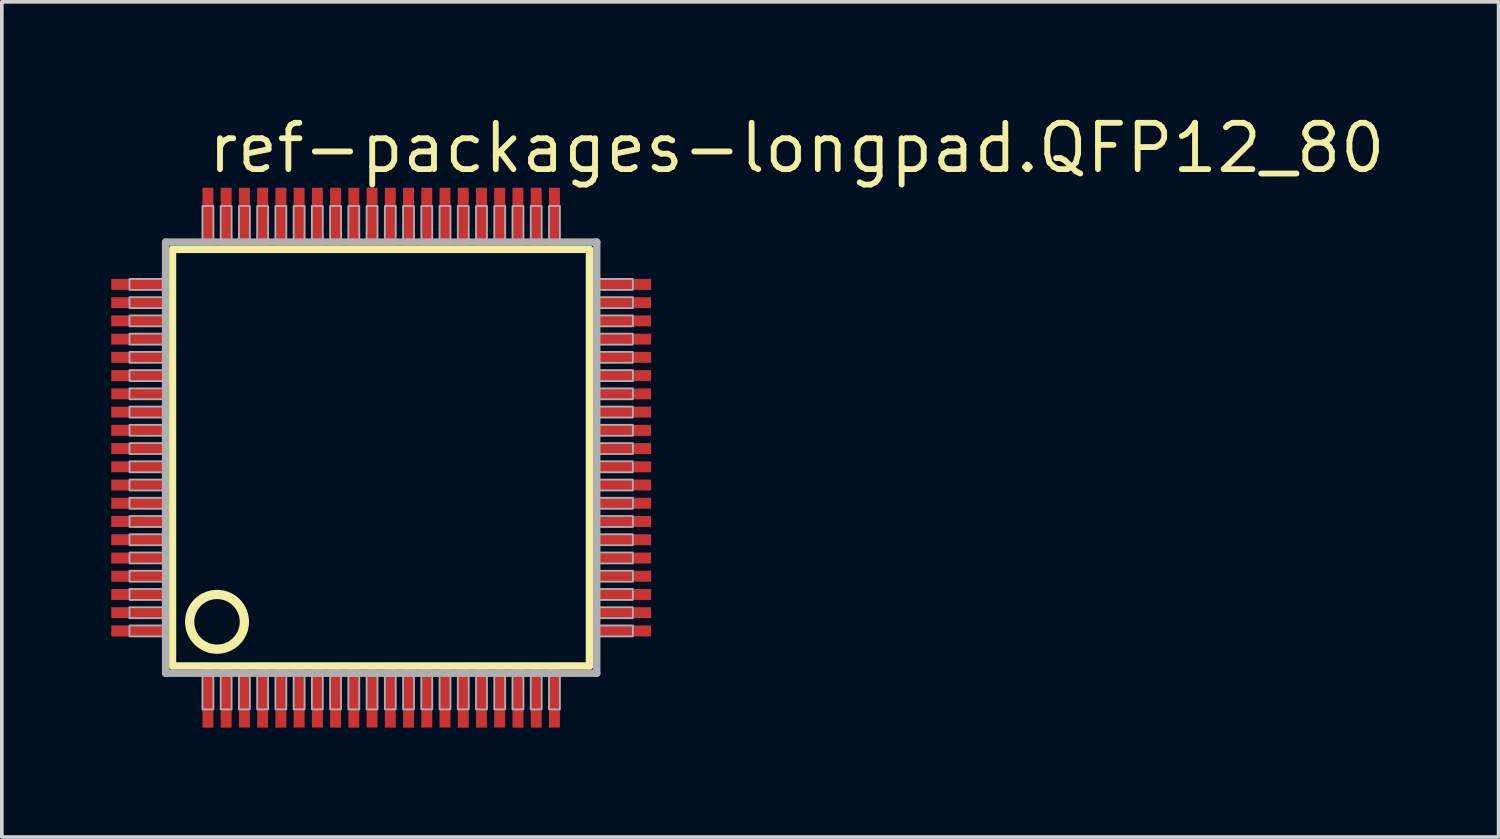
<source format=kicad_pcb>
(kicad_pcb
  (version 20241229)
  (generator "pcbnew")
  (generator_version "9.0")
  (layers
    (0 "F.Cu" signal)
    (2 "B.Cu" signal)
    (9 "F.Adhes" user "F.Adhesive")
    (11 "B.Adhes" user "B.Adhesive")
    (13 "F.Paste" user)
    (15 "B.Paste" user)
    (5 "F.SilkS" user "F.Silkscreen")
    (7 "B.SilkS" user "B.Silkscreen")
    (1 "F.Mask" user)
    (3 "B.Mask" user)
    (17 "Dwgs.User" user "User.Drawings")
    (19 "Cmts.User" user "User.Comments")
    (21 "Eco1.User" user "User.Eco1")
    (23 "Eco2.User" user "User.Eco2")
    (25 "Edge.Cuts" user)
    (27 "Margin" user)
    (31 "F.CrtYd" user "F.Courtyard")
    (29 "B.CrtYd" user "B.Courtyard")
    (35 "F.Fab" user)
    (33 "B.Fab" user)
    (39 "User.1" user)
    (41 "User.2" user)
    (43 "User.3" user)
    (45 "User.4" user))
  (footprint "ref-packages-longpad.QFP12_80"
    (layer "F.Cu")
    (at 7.4 9.497)
    (property "Reference" "ref-packages-longpad.QFP12_80" (at -4.826 -7.747 0) (layer "F.SilkS") (effects (font (size 1.27 1.27) (thickness 0.16)) (justify left bottom)))
    (attr smd)
    (fp_line (start -5.72 -5.71) (end 5.71 -5.71) (stroke (width 0.203) (type default)) (layer "F.SilkS"))
    (fp_line (start -5.72 5.71) (end -5.72 -5.71) (stroke (width 0.203) (type default)) (layer "F.SilkS"))
    (fp_line (start 5.71 5.71) (end -5.72 5.71) (stroke (width 0.203) (type default)) (layer "F.SilkS"))
    (fp_line (start 5.71 -5.71) (end 5.71 5.71) (stroke (width 0.203) (type default)) (layer "F.SilkS"))
    (fp_circle (center -4.5 4.5) (end -3.75 4.5) (stroke (width 0.254) (type default)) (fill no) (layer "F.SilkS"))
    (fp_line (start -5.91 -5.91) (end -5.91 5.91) (stroke (width 0.203) (type default)) (layer "F.Fab"))
    (fp_line (start -5.91 5.91) (end 5.91 5.91) (stroke (width 0.203) (type default)) (layer "F.Fab"))
    (fp_line (start 5.91 -5.91) (end -5.91 -5.91) (stroke (width 0.203) (type default)) (layer "F.Fab"))
    (fp_line (start 5.91 5.91) (end 5.91 -5.91) (stroke (width 0.203) (type default)) (layer "F.Fab"))
    (fp_rect (start -6.9 -4.6) (end -5.95 -4.9) (stroke (width 0.05) (type default)) (fill no) (layer "F.Fab"))
    (fp_rect (start -6.9 -4.1) (end -5.95 -4.4) (stroke (width 0.05) (type default)) (fill no) (layer "F.Fab"))
    (fp_rect (start -6.9 -3.6) (end -5.95 -3.9) (stroke (width 0.05) (type default)) (fill no) (layer "F.Fab"))
    (fp_rect (start -6.9 -3.1) (end -5.95 -3.4) (stroke (width 0.05) (type default)) (fill no) (layer "F.Fab"))
    (fp_rect (start -6.9 -2.6) (end -5.95 -2.9) (stroke (width 0.05) (type default)) (fill no) (layer "F.Fab"))
    (fp_rect (start -6.9 -2.1) (end -5.95 -2.4) (stroke (width 0.05) (type default)) (fill no) (layer "F.Fab"))
    (fp_rect (start -6.9 -1.6) (end -5.95 -1.9) (stroke (width 0.05) (type default)) (fill no) (layer "F.Fab"))
    (fp_rect (start -6.9 -1.1) (end -5.95 -1.4) (stroke (width 0.05) (type default)) (fill no) (layer "F.Fab"))
    (fp_rect (start -6.9 -0.6) (end -5.95 -0.9) (stroke (width 0.05) (type default)) (fill no) (layer "F.Fab"))
    (fp_rect (start -6.9 -0.1) (end -5.95 -0.4) (stroke (width 0.05) (type default)) (fill no) (layer "F.Fab"))
    (fp_rect (start -6.9 0.4) (end -5.95 0.1) (stroke (width 0.05) (type default)) (fill no) (layer "F.Fab"))
    (fp_rect (start -6.9 0.9) (end -5.95 0.6) (stroke (width 0.05) (type default)) (fill no) (layer "F.Fab"))
    (fp_rect (start -6.9 1.4) (end -5.95 1.1) (stroke (width 0.05) (type default)) (fill no) (layer "F.Fab"))
    (fp_rect (start -6.9 1.9) (end -5.95 1.6) (stroke (width 0.05) (type default)) (fill no) (layer "F.Fab"))
    (fp_rect (start -6.9 2.4) (end -5.95 2.1) (stroke (width 0.05) (type default)) (fill no) (layer "F.Fab"))
    (fp_rect (start -6.9 2.9) (end -5.95 2.6) (stroke (width 0.05) (type default)) (fill no) (layer "F.Fab"))
    (fp_rect (start -6.9 3.4) (end -5.95 3.1) (stroke (width 0.05) (type default)) (fill no) (layer "F.Fab"))
    (fp_rect (start -6.9 3.9) (end -5.95 3.6) (stroke (width 0.05) (type default)) (fill no) (layer "F.Fab"))
    (fp_rect (start -6.9 4.4) (end -5.95 4.1) (stroke (width 0.05) (type default)) (fill no) (layer "F.Fab"))
    (fp_rect (start -6.9 4.9) (end -5.95 4.6) (stroke (width 0.05) (type default)) (fill no) (layer "F.Fab"))
    (fp_rect (start -4.9 -5.95) (end -4.6 -6.9) (stroke (width 0.05) (type default)) (fill no) (layer "F.Fab"))
    (fp_rect (start -4.9 6.9) (end -4.6 5.95) (stroke (width 0.05) (type default)) (fill no) (layer "F.Fab"))
    (fp_rect (start -4.4 -5.95) (end -4.1 -6.9) (stroke (width 0.05) (type default)) (fill no) (layer "F.Fab"))
    (fp_rect (start -4.4 6.9) (end -4.1 5.95) (stroke (width 0.05) (type default)) (fill no) (layer "F.Fab"))
    (fp_rect (start -3.9 -5.95) (end -3.6 -6.9) (stroke (width 0.05) (type default)) (fill no) (layer "F.Fab"))
    (fp_rect (start -3.9 6.9) (end -3.6 5.95) (stroke (width 0.05) (type default)) (fill no) (layer "F.Fab"))
    (fp_rect (start -3.4 -5.95) (end -3.1 -6.9) (stroke (width 0.05) (type default)) (fill no) (layer "F.Fab"))
    (fp_rect (start -3.4 6.9) (end -3.1 5.95) (stroke (width 0.05) (type default)) (fill no) (layer "F.Fab"))
    (fp_rect (start -2.9 -5.95) (end -2.6 -6.9) (stroke (width 0.05) (type default)) (fill no) (layer "F.Fab"))
    (fp_rect (start -2.9 6.9) (end -2.6 5.95) (stroke (width 0.05) (type default)) (fill no) (layer "F.Fab"))
    (fp_rect (start -2.4 -5.95) (end -2.1 -6.9) (stroke (width 0.05) (type default)) (fill no) (layer "F.Fab"))
    (fp_rect (start -2.4 6.9) (end -2.1 5.95) (stroke (width 0.05) (type default)) (fill no) (layer "F.Fab"))
    (fp_rect (start -1.9 -5.95) (end -1.6 -6.9) (stroke (width 0.05) (type default)) (fill no) (layer "F.Fab"))
    (fp_rect (start -1.9 6.9) (end -1.6 5.95) (stroke (width 0.05) (type default)) (fill no) (layer "F.Fab"))
    (fp_rect (start -1.4 -5.95) (end -1.1 -6.9) (stroke (width 0.05) (type default)) (fill no) (layer "F.Fab"))
    (fp_rect (start -1.4 6.9) (end -1.1 5.95) (stroke (width 0.05) (type default)) (fill no) (layer "F.Fab"))
    (fp_rect (start -0.9 -5.95) (end -0.6 -6.9) (stroke (width 0.05) (type default)) (fill no) (layer "F.Fab"))
    (fp_rect (start -0.9 6.9) (end -0.6 5.95) (stroke (width 0.05) (type default)) (fill no) (layer "F.Fab"))
    (fp_rect (start -0.4 -5.95) (end -0.1 -6.9) (stroke (width 0.05) (type default)) (fill no) (layer "F.Fab"))
    (fp_rect (start -0.4 6.9) (end -0.1 5.95) (stroke (width 0.05) (type default)) (fill no) (layer "F.Fab"))
    (fp_rect (start 0.1 -5.95) (end 0.4 -6.9) (stroke (width 0.05) (type default)) (fill no) (layer "F.Fab"))
    (fp_rect (start 0.1 6.9) (end 0.4 5.95) (stroke (width 0.05) (type default)) (fill no) (layer "F.Fab"))
    (fp_rect (start 0.6 -5.95) (end 0.9 -6.9) (stroke (width 0.05) (type default)) (fill no) (layer "F.Fab"))
    (fp_rect (start 0.6 6.9) (end 0.9 5.95) (stroke (width 0.05) (type default)) (fill no) (layer "F.Fab"))
    (fp_rect (start 1.1 -5.95) (end 1.4 -6.9) (stroke (width 0.05) (type default)) (fill no) (layer "F.Fab"))
    (fp_rect (start 1.1 6.9) (end 1.4 5.95) (stroke (width 0.05) (type default)) (fill no) (layer "F.Fab"))
    (fp_rect (start 1.6 -5.95) (end 1.9 -6.9) (stroke (width 0.05) (type default)) (fill no) (layer "F.Fab"))
    (fp_rect (start 1.6 6.9) (end 1.9 5.95) (stroke (width 0.05) (type default)) (fill no) (layer "F.Fab"))
    (fp_rect (start 2.1 -5.95) (end 2.4 -6.9) (stroke (width 0.05) (type default)) (fill no) (layer "F.Fab"))
    (fp_rect (start 2.1 6.9) (end 2.4 5.95) (stroke (width 0.05) (type default)) (fill no) (layer "F.Fab"))
    (fp_rect (start 2.6 -5.95) (end 2.9 -6.9) (stroke (width 0.05) (type default)) (fill no) (layer "F.Fab"))
    (fp_rect (start 2.6 6.9) (end 2.9 5.95) (stroke (width 0.05) (type default)) (fill no) (layer "F.Fab"))
    (fp_rect (start 3.1 -5.95) (end 3.4 -6.9) (stroke (width 0.05) (type default)) (fill no) (layer "F.Fab"))
    (fp_rect (start 3.1 6.9) (end 3.4 5.95) (stroke (width 0.05) (type default)) (fill no) (layer "F.Fab"))
    (fp_rect (start 3.6 -5.95) (end 3.9 -6.9) (stroke (width 0.05) (type default)) (fill no) (layer "F.Fab"))
    (fp_rect (start 3.6 6.9) (end 3.9 5.95) (stroke (width 0.05) (type default)) (fill no) (layer "F.Fab"))
    (fp_rect (start 4.1 -5.95) (end 4.4 -6.9) (stroke (width 0.05) (type default)) (fill no) (layer "F.Fab"))
    (fp_rect (start 4.1 6.9) (end 4.4 5.95) (stroke (width 0.05) (type default)) (fill no) (layer "F.Fab"))
    (fp_rect (start 4.6 -5.95) (end 4.9 -6.9) (stroke (width 0.05) (type default)) (fill no) (layer "F.Fab"))
    (fp_rect (start 4.6 6.9) (end 4.9 5.95) (stroke (width 0.05) (type default)) (fill no) (layer "F.Fab"))
    (fp_rect (start 5.95 -4.6) (end 6.9 -4.9) (stroke (width 0.05) (type default)) (fill no) (layer "F.Fab"))
    (fp_rect (start 5.95 -4.1) (end 6.9 -4.4) (stroke (width 0.05) (type default)) (fill no) (layer "F.Fab"))
    (fp_rect (start 5.95 -3.6) (end 6.9 -3.9) (stroke (width 0.05) (type default)) (fill no) (layer "F.Fab"))
    (fp_rect (start 5.95 -3.1) (end 6.9 -3.4) (stroke (width 0.05) (type default)) (fill no) (layer "F.Fab"))
    (fp_rect (start 5.95 -2.6) (end 6.9 -2.9) (stroke (width 0.05) (type default)) (fill no) (layer "F.Fab"))
    (fp_rect (start 5.95 -2.1) (end 6.9 -2.4) (stroke (width 0.05) (type default)) (fill no) (layer "F.Fab"))
    (fp_rect (start 5.95 -1.6) (end 6.9 -1.9) (stroke (width 0.05) (type default)) (fill no) (layer "F.Fab"))
    (fp_rect (start 5.95 -1.1) (end 6.9 -1.4) (stroke (width 0.05) (type default)) (fill no) (layer "F.Fab"))
    (fp_rect (start 5.95 -0.6) (end 6.9 -0.9) (stroke (width 0.05) (type default)) (fill no) (layer "F.Fab"))
    (fp_rect (start 5.95 -0.1) (end 6.9 -0.4) (stroke (width 0.05) (type default)) (fill no) (layer "F.Fab"))
    (fp_rect (start 5.95 0.4) (end 6.9 0.1) (stroke (width 0.05) (type default)) (fill no) (layer "F.Fab"))
    (fp_rect (start 5.95 0.9) (end 6.9 0.6) (stroke (width 0.05) (type default)) (fill no) (layer "F.Fab"))
    (fp_rect (start 5.95 1.4) (end 6.9 1.1) (stroke (width 0.05) (type default)) (fill no) (layer "F.Fab"))
    (fp_rect (start 5.95 1.9) (end 6.9 1.6) (stroke (width 0.05) (type default)) (fill no) (layer "F.Fab"))
    (fp_rect (start 5.95 2.4) (end 6.9 2.1) (stroke (width 0.05) (type default)) (fill no) (layer "F.Fab"))
    (fp_rect (start 5.95 2.9) (end 6.9 2.6) (stroke (width 0.05) (type default)) (fill no) (layer "F.Fab"))
    (fp_rect (start 5.95 3.4) (end 6.9 3.1) (stroke (width 0.05) (type default)) (fill no) (layer "F.Fab"))
    (fp_rect (start 5.95 3.9) (end 6.9 3.6) (stroke (width 0.05) (type default)) (fill no) (layer "F.Fab"))
    (fp_rect (start 5.95 4.4) (end 6.9 4.1) (stroke (width 0.05) (type default)) (fill no) (layer "F.Fab"))
    (fp_rect (start 5.95 4.9) (end 6.9 4.6) (stroke (width 0.05) (type default)) (fill no) (layer "F.Fab"))
    (pad "1" smd roundrect (at -4.75 6.6) (size 0.3 1.6) (layers "F.Cu" "F.Mask" "F.Paste") (roundrect_rratio 0.01))
    (pad "2" smd roundrect (at -4.25 6.6) (size 0.3 1.6) (layers "F.Cu" "F.Mask" "F.Paste") (roundrect_rratio 0.01))
    (pad "3" smd roundrect (at -3.75 6.6) (size 0.3 1.6) (layers "F.Cu" "F.Mask" "F.Paste") (roundrect_rratio 0.01))
    (pad "4" smd roundrect (at -3.25 6.6) (size 0.3 1.6) (layers "F.Cu" "F.Mask" "F.Paste") (roundrect_rratio 0.01))
    (pad "5" smd roundrect (at -2.75 6.6) (size 0.3 1.6) (layers "F.Cu" "F.Mask" "F.Paste") (roundrect_rratio 0.01))
    (pad "6" smd roundrect (at -2.25 6.6) (size 0.3 1.6) (layers "F.Cu" "F.Mask" "F.Paste") (roundrect_rratio 0.01))
    (pad "7" smd roundrect (at -1.75 6.6) (size 0.3 1.6) (layers "F.Cu" "F.Mask" "F.Paste") (roundrect_rratio 0.01))
    (pad "8" smd roundrect (at -1.25 6.6) (size 0.3 1.6) (layers "F.Cu" "F.Mask" "F.Paste") (roundrect_rratio 0.01))
    (pad "9" smd roundrect (at -0.75 6.6) (size 0.3 1.6) (layers "F.Cu" "F.Mask" "F.Paste") (roundrect_rratio 0.01))
    (pad "10" smd roundrect (at -0.25 6.6) (size 0.3 1.6) (layers "F.Cu" "F.Mask" "F.Paste") (roundrect_rratio 0.01))
    (pad "11" smd roundrect (at 0.25 6.6) (size 0.3 1.6) (layers "F.Cu" "F.Mask" "F.Paste") (roundrect_rratio 0.01))
    (pad "12" smd roundrect (at 0.75 6.6) (size 0.3 1.6) (layers "F.Cu" "F.Mask" "F.Paste") (roundrect_rratio 0.01))
    (pad "13" smd roundrect (at 1.25 6.6) (size 0.3 1.6) (layers "F.Cu" "F.Mask" "F.Paste") (roundrect_rratio 0.01))
    (pad "14" smd roundrect (at 1.75 6.6) (size 0.3 1.6) (layers "F.Cu" "F.Mask" "F.Paste") (roundrect_rratio 0.01))
    (pad "15" smd roundrect (at 2.25 6.6) (size 0.3 1.6) (layers "F.Cu" "F.Mask" "F.Paste") (roundrect_rratio 0.01))
    (pad "16" smd roundrect (at 2.75 6.6) (size 0.3 1.6) (layers "F.Cu" "F.Mask" "F.Paste") (roundrect_rratio 0.01))
    (pad "17" smd roundrect (at 3.25 6.6) (size 0.3 1.6) (layers "F.Cu" "F.Mask" "F.Paste") (roundrect_rratio 0.01))
    (pad "18" smd roundrect (at 3.75 6.6) (size 0.3 1.6) (layers "F.Cu" "F.Mask" "F.Paste") (roundrect_rratio 0.01))
    (pad "19" smd roundrect (at 4.25 6.6) (size 0.3 1.6) (layers "F.Cu" "F.Mask" "F.Paste") (roundrect_rratio 0.01))
    (pad "20" smd roundrect (at 4.75 6.6) (size 0.3 1.6) (layers "F.Cu" "F.Mask" "F.Paste") (roundrect_rratio 0.01))
    (pad "21" smd roundrect (at 6.6 4.75) (size 1.6 0.3) (layers "F.Cu" "F.Mask" "F.Paste") (roundrect_rratio 0.01))
    (pad "22" smd roundrect (at 6.6 4.25) (size 1.6 0.3) (layers "F.Cu" "F.Mask" "F.Paste") (roundrect_rratio 0.01))
    (pad "23" smd roundrect (at 6.6 3.75) (size 1.6 0.3) (layers "F.Cu" "F.Mask" "F.Paste") (roundrect_rratio 0.01))
    (pad "24" smd roundrect (at 6.6 3.25) (size 1.6 0.3) (layers "F.Cu" "F.Mask" "F.Paste") (roundrect_rratio 0.01))
    (pad "25" smd roundrect (at 6.6 2.75) (size 1.6 0.3) (layers "F.Cu" "F.Mask" "F.Paste") (roundrect_rratio 0.01))
    (pad "26" smd roundrect (at 6.6 2.25) (size 1.6 0.3) (layers "F.Cu" "F.Mask" "F.Paste") (roundrect_rratio 0.01))
    (pad "27" smd roundrect (at 6.6 1.75) (size 1.6 0.3) (layers "F.Cu" "F.Mask" "F.Paste") (roundrect_rratio 0.01))
    (pad "28" smd roundrect (at 6.6 1.25) (size 1.6 0.3) (layers "F.Cu" "F.Mask" "F.Paste") (roundrect_rratio 0.01))
    (pad "29" smd roundrect (at 6.6 0.75) (size 1.6 0.3) (layers "F.Cu" "F.Mask" "F.Paste") (roundrect_rratio 0.01))
    (pad "30" smd roundrect (at 6.6 0.25) (size 1.6 0.3) (layers "F.Cu" "F.Mask" "F.Paste") (roundrect_rratio 0.01))
    (pad "31" smd roundrect (at 6.6 -0.25) (size 1.6 0.3) (layers "F.Cu" "F.Mask" "F.Paste") (roundrect_rratio 0.01))
    (pad "32" smd roundrect (at 6.6 -0.75) (size 1.6 0.3) (layers "F.Cu" "F.Mask" "F.Paste") (roundrect_rratio 0.01))
    (pad "33" smd roundrect (at 6.6 -1.25) (size 1.6 0.3) (layers "F.Cu" "F.Mask" "F.Paste") (roundrect_rratio 0.01))
    (pad "34" smd roundrect (at 6.6 -1.75) (size 1.6 0.3) (layers "F.Cu" "F.Mask" "F.Paste") (roundrect_rratio 0.01))
    (pad "35" smd roundrect (at 6.6 -2.25) (size 1.6 0.3) (layers "F.Cu" "F.Mask" "F.Paste") (roundrect_rratio 0.01))
    (pad "36" smd roundrect (at 6.6 -2.75) (size 1.6 0.3) (layers "F.Cu" "F.Mask" "F.Paste") (roundrect_rratio 0.01))
    (pad "37" smd roundrect (at 6.6 -3.25) (size 1.6 0.3) (layers "F.Cu" "F.Mask" "F.Paste") (roundrect_rratio 0.01))
    (pad "38" smd roundrect (at 6.6 -3.75) (size 1.6 0.3) (layers "F.Cu" "F.Mask" "F.Paste") (roundrect_rratio 0.01))
    (pad "39" smd roundrect (at 6.6 -4.25) (size 1.6 0.3) (layers "F.Cu" "F.Mask" "F.Paste") (roundrect_rratio 0.01))
    (pad "40" smd roundrect (at 6.6 -4.75) (size 1.6 0.3) (layers "F.Cu" "F.Mask" "F.Paste") (roundrect_rratio 0.01))
    (pad "41" smd roundrect (at 4.75 -6.6) (size 0.3 1.6) (layers "F.Cu" "F.Mask" "F.Paste") (roundrect_rratio 0.01))
    (pad "42" smd roundrect (at 4.25 -6.6) (size 0.3 1.6) (layers "F.Cu" "F.Mask" "F.Paste") (roundrect_rratio 0.01))
    (pad "43" smd roundrect (at 3.75 -6.6) (size 0.3 1.6) (layers "F.Cu" "F.Mask" "F.Paste") (roundrect_rratio 0.01))
    (pad "44" smd roundrect (at 3.25 -6.6) (size 0.3 1.6) (layers "F.Cu" "F.Mask" "F.Paste") (roundrect_rratio 0.01))
    (pad "45" smd roundrect (at 2.75 -6.6) (size 0.3 1.6) (layers "F.Cu" "F.Mask" "F.Paste") (roundrect_rratio 0.01))
    (pad "46" smd roundrect (at 2.25 -6.6) (size 0.3 1.6) (layers "F.Cu" "F.Mask" "F.Paste") (roundrect_rratio 0.01))
    (pad "47" smd roundrect (at 1.75 -6.6) (size 0.3 1.6) (layers "F.Cu" "F.Mask" "F.Paste") (roundrect_rratio 0.01))
    (pad "48" smd roundrect (at 1.25 -6.6) (size 0.3 1.6) (layers "F.Cu" "F.Mask" "F.Paste") (roundrect_rratio 0.01))
    (pad "49" smd roundrect (at 0.75 -6.6) (size 0.3 1.6) (layers "F.Cu" "F.Mask" "F.Paste") (roundrect_rratio 0.01))
    (pad "50" smd roundrect (at 0.25 -6.6) (size 0.3 1.6) (layers "F.Cu" "F.Mask" "F.Paste") (roundrect_rratio 0.01))
    (pad "51" smd roundrect (at -0.25 -6.6) (size 0.3 1.6) (layers "F.Cu" "F.Mask" "F.Paste") (roundrect_rratio 0.01))
    (pad "52" smd roundrect (at -0.75 -6.6) (size 0.3 1.6) (layers "F.Cu" "F.Mask" "F.Paste") (roundrect_rratio 0.01))
    (pad "53" smd roundrect (at -1.25 -6.6) (size 0.3 1.6) (layers "F.Cu" "F.Mask" "F.Paste") (roundrect_rratio 0.01))
    (pad "54" smd roundrect (at -1.75 -6.6) (size 0.3 1.6) (layers "F.Cu" "F.Mask" "F.Paste") (roundrect_rratio 0.01))
    (pad "55" smd roundrect (at -2.25 -6.6) (size 0.3 1.6) (layers "F.Cu" "F.Mask" "F.Paste") (roundrect_rratio 0.01))
    (pad "56" smd roundrect (at -2.75 -6.6) (size 0.3 1.6) (layers "F.Cu" "F.Mask" "F.Paste") (roundrect_rratio 0.01))
    (pad "57" smd roundrect (at -3.25 -6.6) (size 0.3 1.6) (layers "F.Cu" "F.Mask" "F.Paste") (roundrect_rratio 0.01))
    (pad "58" smd roundrect (at -3.75 -6.6) (size 0.3 1.6) (layers "F.Cu" "F.Mask" "F.Paste") (roundrect_rratio 0.01))
    (pad "59" smd roundrect (at -4.25 -6.6) (size 0.3 1.6) (layers "F.Cu" "F.Mask" "F.Paste") (roundrect_rratio 0.01))
    (pad "60" smd roundrect (at -4.75 -6.6) (size 0.3 1.6) (layers "F.Cu" "F.Mask" "F.Paste") (roundrect_rratio 0.01))
    (pad "61" smd roundrect (at -6.6 -4.75) (size 1.6 0.3) (layers "F.Cu" "F.Mask" "F.Paste") (roundrect_rratio 0.01))
    (pad "62" smd roundrect (at -6.6 -4.25) (size 1.6 0.3) (layers "F.Cu" "F.Mask" "F.Paste") (roundrect_rratio 0.01))
    (pad "63" smd roundrect (at -6.6 -3.75) (size 1.6 0.3) (layers "F.Cu" "F.Mask" "F.Paste") (roundrect_rratio 0.01))
    (pad "64" smd roundrect (at -6.6 -3.25) (size 1.6 0.3) (layers "F.Cu" "F.Mask" "F.Paste") (roundrect_rratio 0.01))
    (pad "65" smd roundrect (at -6.6 -2.75) (size 1.6 0.3) (layers "F.Cu" "F.Mask" "F.Paste") (roundrect_rratio 0.01))
    (pad "66" smd roundrect (at -6.6 -2.25) (size 1.6 0.3) (layers "F.Cu" "F.Mask" "F.Paste") (roundrect_rratio 0.01))
    (pad "67" smd roundrect (at -6.6 -1.75) (size 1.6 0.3) (layers "F.Cu" "F.Mask" "F.Paste") (roundrect_rratio 0.01))
    (pad "68" smd roundrect (at -6.6 -1.25) (size 1.6 0.3) (layers "F.Cu" "F.Mask" "F.Paste") (roundrect_rratio 0.01))
    (pad "69" smd roundrect (at -6.6 -0.75) (size 1.6 0.3) (layers "F.Cu" "F.Mask" "F.Paste") (roundrect_rratio 0.01))
    (pad "70" smd roundrect (at -6.6 -0.25) (size 1.6 0.3) (layers "F.Cu" "F.Mask" "F.Paste") (roundrect_rratio 0.01))
    (pad "71" smd roundrect (at -6.6 0.25) (size 1.6 0.3) (layers "F.Cu" "F.Mask" "F.Paste") (roundrect_rratio 0.01))
    (pad "72" smd roundrect (at -6.6 0.75) (size 1.6 0.3) (layers "F.Cu" "F.Mask" "F.Paste") (roundrect_rratio 0.01))
    (pad "73" smd roundrect (at -6.6 1.25) (size 1.6 0.3) (layers "F.Cu" "F.Mask" "F.Paste") (roundrect_rratio 0.01))
    (pad "74" smd roundrect (at -6.6 1.75) (size 1.6 0.3) (layers "F.Cu" "F.Mask" "F.Paste") (roundrect_rratio 0.01))
    (pad "75" smd roundrect (at -6.6 2.25) (size 1.6 0.3) (layers "F.Cu" "F.Mask" "F.Paste") (roundrect_rratio 0.01))
    (pad "76" smd roundrect (at -6.6 2.75) (size 1.6 0.3) (layers "F.Cu" "F.Mask" "F.Paste") (roundrect_rratio 0.01))
    (pad "77" smd roundrect (at -6.6 3.25) (size 1.6 0.3) (layers "F.Cu" "F.Mask" "F.Paste") (roundrect_rratio 0.01))
    (pad "78" smd roundrect (at -6.6 3.75) (size 1.6 0.3) (layers "F.Cu" "F.Mask" "F.Paste") (roundrect_rratio 0.01))
    (pad "79" smd roundrect (at -6.6 4.25) (size 1.6 0.3) (layers "F.Cu" "F.Mask" "F.Paste") (roundrect_rratio 0.01))
    (pad "80" smd roundrect (at -6.6 4.75) (size 1.6 0.3) (layers "F.Cu" "F.Mask" "F.Paste") (roundrect_rratio 0.01)))
  (gr_rect
    (start -3 -3)
    (end 38.034 19.897)
    (stroke (width 0.1) (type default))
    (fill no)
    (layer "Edge.Cuts")))
</source>
